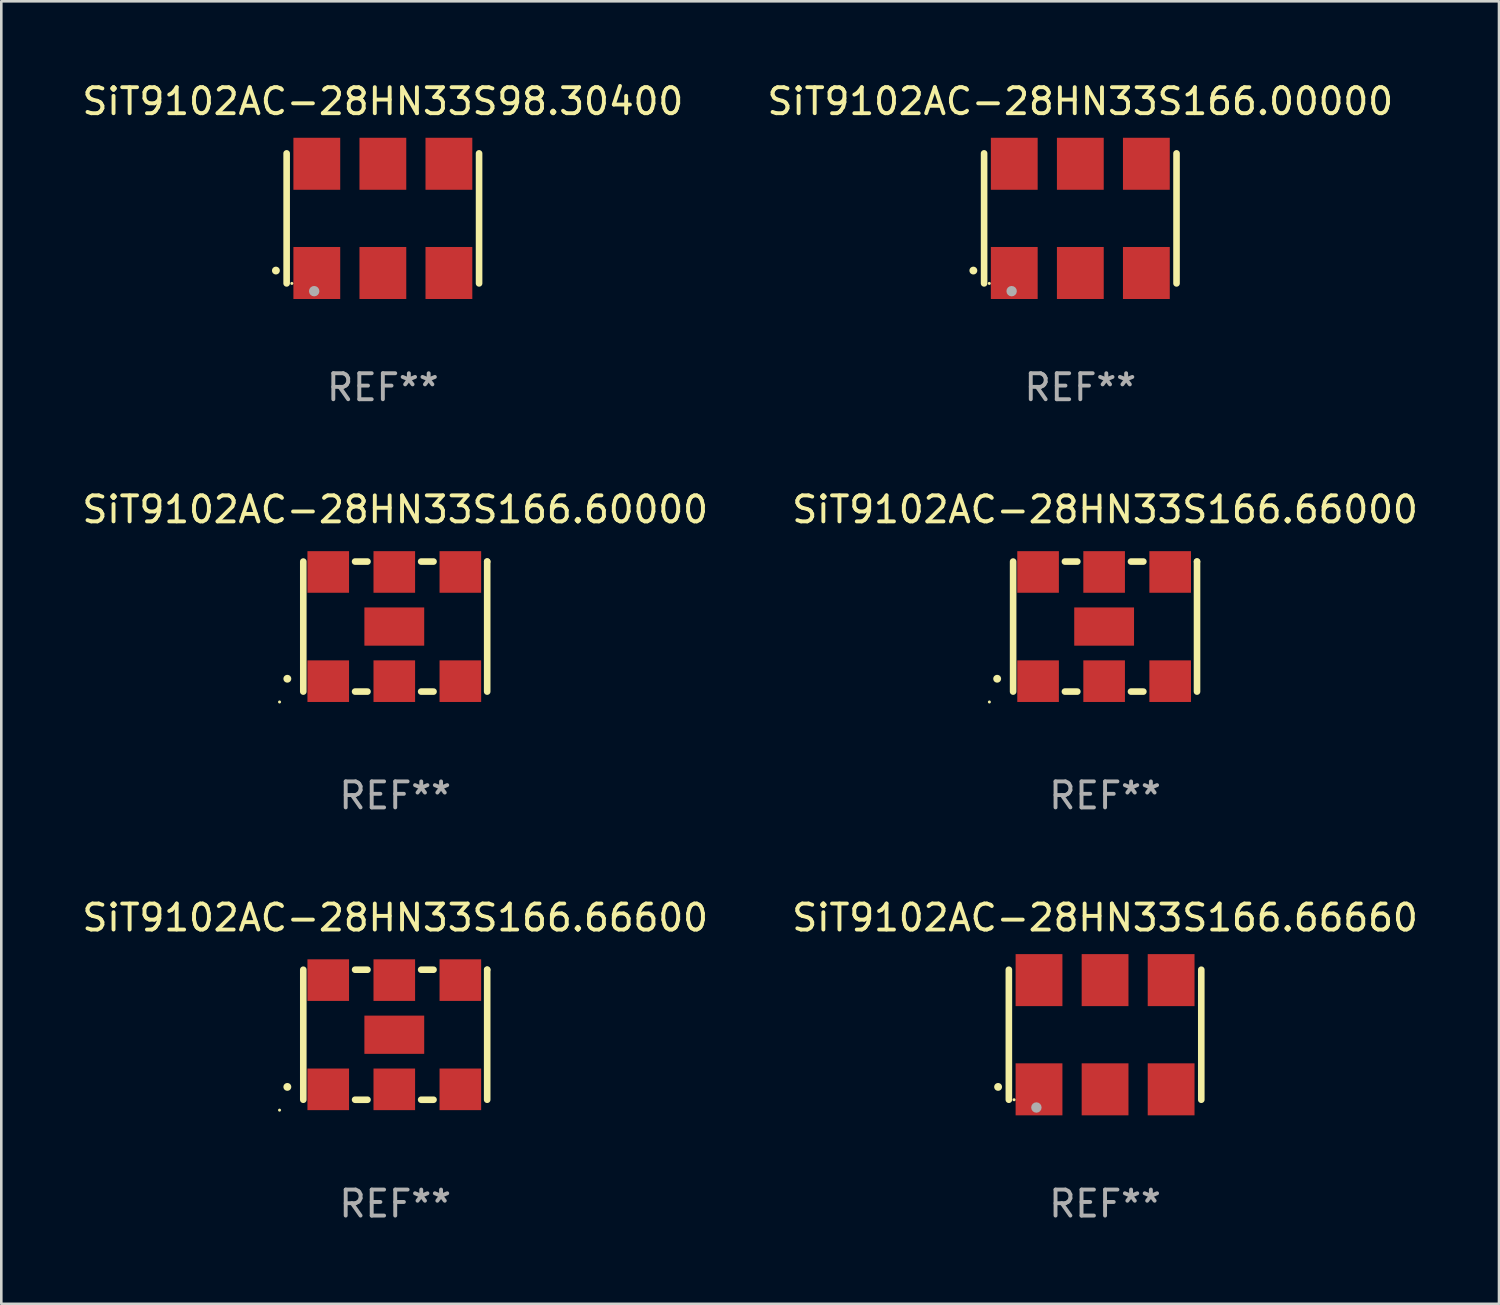
<source format=kicad_pcb>
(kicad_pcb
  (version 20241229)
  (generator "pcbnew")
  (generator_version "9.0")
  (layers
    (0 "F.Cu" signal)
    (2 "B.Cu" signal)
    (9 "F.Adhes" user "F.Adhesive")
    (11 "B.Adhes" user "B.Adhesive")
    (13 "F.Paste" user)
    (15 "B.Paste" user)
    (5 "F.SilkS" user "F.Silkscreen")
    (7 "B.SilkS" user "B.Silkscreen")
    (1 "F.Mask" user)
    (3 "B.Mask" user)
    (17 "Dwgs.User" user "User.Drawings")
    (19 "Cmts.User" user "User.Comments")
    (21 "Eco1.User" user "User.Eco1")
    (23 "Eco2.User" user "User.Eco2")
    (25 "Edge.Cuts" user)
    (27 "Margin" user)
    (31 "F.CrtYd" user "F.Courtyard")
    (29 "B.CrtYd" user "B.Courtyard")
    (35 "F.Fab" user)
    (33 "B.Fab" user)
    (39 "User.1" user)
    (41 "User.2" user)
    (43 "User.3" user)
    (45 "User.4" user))
  (footprint "SiT9102AC-28HN33S166.60000"
    (layer "F.Cu")
    (at 12.149 21.045)
    (property "Reference" "SiT9102AC-28HN33S166.60000" (at 0 -4.5 0) (layer "F.SilkS") (effects (font (size 1 1) (thickness 0.15))))
    (attr through_hole)
    (fp_line (start -3.536 -2.5) (end -3.536 2.5) (stroke (width 0.254) (type solid)) (layer "F.SilkS"))
    (fp_line (start -1.544 2.5) (end -1.067 2.5) (stroke (width 0.254) (type solid)) (layer "F.SilkS"))
    (fp_line (start -1.067 -2.5) (end -1.544 -2.5) (stroke (width 0.254) (type solid)) (layer "F.SilkS"))
    (fp_line (start 0.996 2.5) (end 1.473 2.5) (stroke (width 0.254) (type solid)) (layer "F.SilkS"))
    (fp_line (start 1.473 -2.5) (end 0.996 -2.5) (stroke (width 0.254) (type solid)) (layer "F.SilkS"))
    (fp_line (start 3.536 -2.5) (end 3.536 -2.5) (stroke (width 0.254) (type solid)) (layer "F.SilkS"))
    (fp_line (start 3.536 2.5) (end 3.536 -2.5) (stroke (width 0.254) (type solid)) (layer "F.SilkS"))
    (fp_arc (start -4.150432 2.006604) (mid -4.149162 2.006599) (end -4.147892 2.006604) (stroke (width 0.3) (type solid)) (layer "F.SilkS"))
    (fp_circle (center -4.449 2.9) (end -4.419 2.9) (stroke (width 0.06) (type solid)) (fill no) (layer "F.SilkS"))
    (fp_text user "REF**" (at 0 6.5 0) (layer "F.Fab") (effects (font (size 1 1) (thickness 0.15))))
    (pad "1" smd rect (at -2.576 2.1) (size 1.6 1.6) (layers "F.Cu" "F.Mask" "F.Paste"))
    (pad "2" smd rect (at -0.036 2.1) (size 1.6 1.6) (layers "F.Cu" "F.Mask" "F.Paste"))
    (pad "3" smd rect (at 2.504 2.1) (size 1.6 1.6) (layers "F.Cu" "F.Mask" "F.Paste"))
    (pad "4" smd rect (at 2.504 -2.1) (size 1.6 1.6) (layers "F.Cu" "F.Mask" "F.Paste"))
    (pad "5" smd rect (at -0.036 -2.1) (size 1.6 1.6) (layers "F.Cu" "F.Mask" "F.Paste"))
    (pad "6" smd rect (at -2.576 -2.1) (size 1.6 1.6) (layers "F.Cu" "F.Mask" "F.Paste"))
    (pad "7" smd rect (at -0.036 0) (size 2.3 1.47) (layers "F.Cu" "F.Mask" "F.Paste")))
  (footprint "SiT9102AC-28HN33S98.30400"
    (layer "F.Cu")
    (at 11.673 5.348)
    (property "Reference" "SiT9102AC-28HN33S98.30400" (at 0 -4.5 0) (layer "F.SilkS") (effects (font (size 1 1) (thickness 0.15))))
    (attr through_hole)
    (fp_line (start -3.7 -2.5) (end -3.7 2.5) (stroke (width 0.254) (type solid)) (layer "F.SilkS"))
    (fp_line (start 3.7 -2.5) (end 3.7 2.5) (stroke (width 0.254) (type solid)) (layer "F.SilkS"))
    (fp_arc (start -4.114415 2.006604) (mid -4.113145 2.006599) (end -4.111875 2.006604) (stroke (width 0.3) (type solid)) (layer "F.SilkS"))
    (fp_circle (center -3.5 2.501) (end -3.47 2.501) (stroke (width 0.06) (type solid)) (fill no) (layer "F.SilkS"))
    (fp_circle (center -2.641 2.799) (end -2.541 2.799) (stroke (width 0.2) (type solid)) (fill no) (layer "F.Fab"))
    (fp_text user "REF**" (at 0 6.5 0) (layer "F.Fab") (effects (font (size 1 1) (thickness 0.15))))
    (pad "1" smd rect (at -2.54 2.1) (size 1.8 2) (layers "F.Cu" "F.Mask" "F.Paste"))
    (pad "2" smd rect (at 0.000394 2.1) (size 1.8 2) (layers "F.Cu" "F.Mask" "F.Paste"))
    (pad "3" smd rect (at 2.54 2.1) (size 1.8 2) (layers "F.Cu" "F.Mask" "F.Paste"))
    (pad "4" smd rect (at 2.54 -2.1) (size 1.8 2) (layers "F.Cu" "F.Mask" "F.Paste"))
    (pad "5" smd rect (at 0.000394 -2.1) (size 1.8 2) (layers "F.Cu" "F.Mask" "F.Paste"))
    (pad "6" smd rect (at -2.54 -2.1) (size 1.8 2) (layers "F.Cu" "F.Mask" "F.Paste")))
  (footprint "SiT9102AC-28HN33S166.00000"
    (layer "F.Cu")
    (at 38.494 5.348)
    (property "Reference" "SiT9102AC-28HN33S166.00000" (at 0 -4.5 0) (layer "F.SilkS") (effects (font (size 1 1) (thickness 0.15))))
    (attr through_hole)
    (fp_line (start -3.7 -2.5) (end -3.7 2.5) (stroke (width 0.254) (type solid)) (layer "F.SilkS"))
    (fp_line (start 3.7 -2.5) (end 3.7 2.5) (stroke (width 0.254) (type solid)) (layer "F.SilkS"))
    (fp_arc (start -4.114415 2.006604) (mid -4.113145 2.006599) (end -4.111875 2.006604) (stroke (width 0.3) (type solid)) (layer "F.SilkS"))
    (fp_circle (center -3.5 2.501) (end -3.47 2.501) (stroke (width 0.06) (type solid)) (fill no) (layer "F.SilkS"))
    (fp_circle (center -2.641 2.799) (end -2.541 2.799) (stroke (width 0.2) (type solid)) (fill no) (layer "F.Fab"))
    (fp_text user "REF**" (at 0 6.5 0) (layer "F.Fab") (effects (font (size 1 1) (thickness 0.15))))
    (pad "1" smd rect (at -2.54 2.1) (size 1.8 2) (layers "F.Cu" "F.Mask" "F.Paste"))
    (pad "2" smd rect (at 0.000394 2.1) (size 1.8 2) (layers "F.Cu" "F.Mask" "F.Paste"))
    (pad "3" smd rect (at 2.54 2.1) (size 1.8 2) (layers "F.Cu" "F.Mask" "F.Paste"))
    (pad "4" smd rect (at 2.54 -2.1) (size 1.8 2) (layers "F.Cu" "F.Mask" "F.Paste"))
    (pad "5" smd rect (at 0.000394 -2.1) (size 1.8 2) (layers "F.Cu" "F.Mask" "F.Paste"))
    (pad "6" smd rect (at -2.54 -2.1) (size 1.8 2) (layers "F.Cu" "F.Mask" "F.Paste")))
  (footprint "SiT9102AC-28HN33S166.66660"
    (layer "F.Cu")
    (at 39.446 36.741)
    (property "Reference" "SiT9102AC-28HN33S166.66660" (at 0 -4.5 0) (layer "F.SilkS") (effects (font (size 1 1) (thickness 0.15))))
    (attr through_hole)
    (fp_line (start -3.7 -2.5) (end -3.7 2.5) (stroke (width 0.254) (type solid)) (layer "F.SilkS"))
    (fp_line (start 3.7 -2.5) (end 3.7 2.5) (stroke (width 0.254) (type solid)) (layer "F.SilkS"))
    (fp_arc (start -4.114415 2.006604) (mid -4.113145 2.006599) (end -4.111875 2.006604) (stroke (width 0.3) (type solid)) (layer "F.SilkS"))
    (fp_circle (center -3.5 2.501) (end -3.47 2.501) (stroke (width 0.06) (type solid)) (fill no) (layer "F.SilkS"))
    (fp_circle (center -2.641 2.799) (end -2.541 2.799) (stroke (width 0.2) (type solid)) (fill no) (layer "F.Fab"))
    (fp_text user "REF**" (at 0 6.5 0) (layer "F.Fab") (effects (font (size 1 1) (thickness 0.15))))
    (pad "1" smd rect (at -2.54 2.1) (size 1.8 2) (layers "F.Cu" "F.Mask" "F.Paste"))
    (pad "2" smd rect (at 0.000394 2.1) (size 1.8 2) (layers "F.Cu" "F.Mask" "F.Paste"))
    (pad "3" smd rect (at 2.54 2.1) (size 1.8 2) (layers "F.Cu" "F.Mask" "F.Paste"))
    (pad "4" smd rect (at 2.54 -2.1) (size 1.8 2) (layers "F.Cu" "F.Mask" "F.Paste"))
    (pad "5" smd rect (at 0.000394 -2.1) (size 1.8 2) (layers "F.Cu" "F.Mask" "F.Paste"))
    (pad "6" smd rect (at -2.54 -2.1) (size 1.8 2) (layers "F.Cu" "F.Mask" "F.Paste")))
  (footprint "SiT9102AC-28HN33S166.66000"
    (layer "F.Cu")
    (at 39.446 21.045)
    (property "Reference" "SiT9102AC-28HN33S166.66000" (at 0 -4.5 0) (layer "F.SilkS") (effects (font (size 1 1) (thickness 0.15))))
    (attr through_hole)
    (fp_line (start -3.536 -2.5) (end -3.536 2.5) (stroke (width 0.254) (type solid)) (layer "F.SilkS"))
    (fp_line (start -1.544 2.5) (end -1.067 2.5) (stroke (width 0.254) (type solid)) (layer "F.SilkS"))
    (fp_line (start -1.067 -2.5) (end -1.544 -2.5) (stroke (width 0.254) (type solid)) (layer "F.SilkS"))
    (fp_line (start 0.996 2.5) (end 1.473 2.5) (stroke (width 0.254) (type solid)) (layer "F.SilkS"))
    (fp_line (start 1.473 -2.5) (end 0.996 -2.5) (stroke (width 0.254) (type solid)) (layer "F.SilkS"))
    (fp_line (start 3.536 -2.5) (end 3.536 -2.5) (stroke (width 0.254) (type solid)) (layer "F.SilkS"))
    (fp_line (start 3.536 2.5) (end 3.536 -2.5) (stroke (width 0.254) (type solid)) (layer "F.SilkS"))
    (fp_arc (start -4.150432 2.006604) (mid -4.149162 2.006599) (end -4.147892 2.006604) (stroke (width 0.3) (type solid)) (layer "F.SilkS"))
    (fp_circle (center -4.449 2.9) (end -4.419 2.9) (stroke (width 0.06) (type solid)) (fill no) (layer "F.SilkS"))
    (fp_text user "REF**" (at 0 6.5 0) (layer "F.Fab") (effects (font (size 1 1) (thickness 0.15))))
    (pad "1" smd rect (at -2.576 2.1) (size 1.6 1.6) (layers "F.Cu" "F.Mask" "F.Paste"))
    (pad "2" smd rect (at -0.036 2.1) (size 1.6 1.6) (layers "F.Cu" "F.Mask" "F.Paste"))
    (pad "3" smd rect (at 2.504 2.1) (size 1.6 1.6) (layers "F.Cu" "F.Mask" "F.Paste"))
    (pad "4" smd rect (at 2.504 -2.1) (size 1.6 1.6) (layers "F.Cu" "F.Mask" "F.Paste"))
    (pad "5" smd rect (at -0.036 -2.1) (size 1.6 1.6) (layers "F.Cu" "F.Mask" "F.Paste"))
    (pad "6" smd rect (at -2.576 -2.1) (size 1.6 1.6) (layers "F.Cu" "F.Mask" "F.Paste"))
    (pad "7" smd rect (at -0.036 0) (size 2.3 1.47) (layers "F.Cu" "F.Mask" "F.Paste")))
  (footprint "SiT9102AC-28HN33S166.66600"
    (layer "F.Cu")
    (at 12.149 36.741)
    (property "Reference" "SiT9102AC-28HN33S166.66600" (at 0 -4.5 0) (layer "F.SilkS") (effects (font (size 1 1) (thickness 0.15))))
    (attr through_hole)
    (fp_line (start -3.536 -2.5) (end -3.536 2.5) (stroke (width 0.254) (type solid)) (layer "F.SilkS"))
    (fp_line (start -1.544 2.5) (end -1.067 2.5) (stroke (width 0.254) (type solid)) (layer "F.SilkS"))
    (fp_line (start -1.067 -2.5) (end -1.544 -2.5) (stroke (width 0.254) (type solid)) (layer "F.SilkS"))
    (fp_line (start 0.996 2.5) (end 1.473 2.5) (stroke (width 0.254) (type solid)) (layer "F.SilkS"))
    (fp_line (start 1.473 -2.5) (end 0.996 -2.5) (stroke (width 0.254) (type solid)) (layer "F.SilkS"))
    (fp_line (start 3.536 -2.5) (end 3.536 -2.5) (stroke (width 0.254) (type solid)) (layer "F.SilkS"))
    (fp_line (start 3.536 2.5) (end 3.536 -2.5) (stroke (width 0.254) (type solid)) (layer "F.SilkS"))
    (fp_arc (start -4.150432 2.006604) (mid -4.149162 2.006599) (end -4.147892 2.006604) (stroke (width 0.3) (type solid)) (layer "F.SilkS"))
    (fp_circle (center -4.449 2.9) (end -4.419 2.9) (stroke (width 0.06) (type solid)) (fill no) (layer "F.SilkS"))
    (fp_text user "REF**" (at 0 6.5 0) (layer "F.Fab") (effects (font (size 1 1) (thickness 0.15))))
    (pad "1" smd rect (at -2.576 2.1) (size 1.6 1.6) (layers "F.Cu" "F.Mask" "F.Paste"))
    (pad "2" smd rect (at -0.036 2.1) (size 1.6 1.6) (layers "F.Cu" "F.Mask" "F.Paste"))
    (pad "3" smd rect (at 2.504 2.1) (size 1.6 1.6) (layers "F.Cu" "F.Mask" "F.Paste"))
    (pad "4" smd rect (at 2.504 -2.1) (size 1.6 1.6) (layers "F.Cu" "F.Mask" "F.Paste"))
    (pad "5" smd rect (at -0.036 -2.1) (size 1.6 1.6) (layers "F.Cu" "F.Mask" "F.Paste"))
    (pad "6" smd rect (at -2.576 -2.1) (size 1.6 1.6) (layers "F.Cu" "F.Mask" "F.Paste"))
    (pad "7" smd rect (at -0.036 0) (size 2.3 1.47) (layers "F.Cu" "F.Mask" "F.Paste")))
  (gr_rect
    (start -3 -3)
    (end 54.595 47.09)
    (stroke (width 0.1) (type default))
    (fill no)
    (layer "Edge.Cuts")))
</source>
